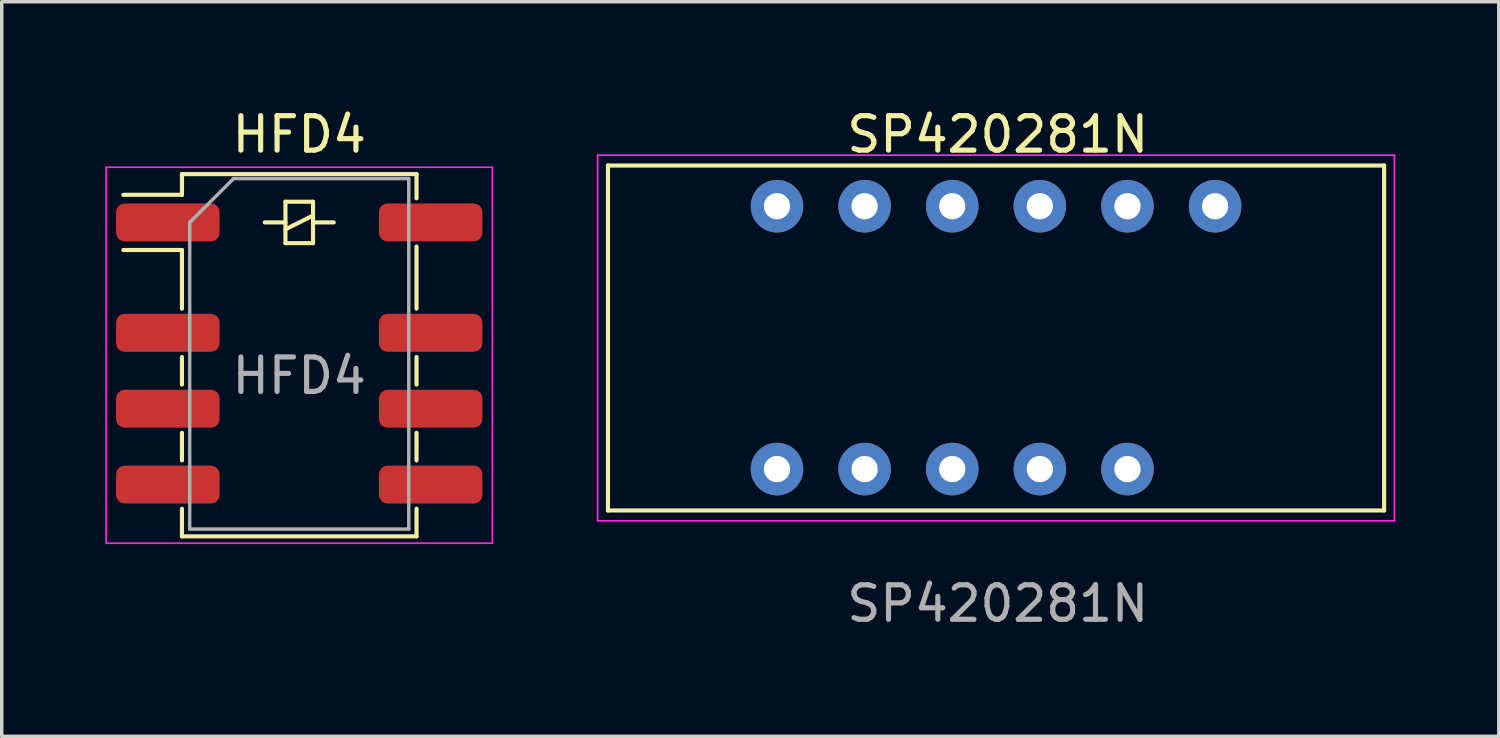
<source format=kicad_pcb>
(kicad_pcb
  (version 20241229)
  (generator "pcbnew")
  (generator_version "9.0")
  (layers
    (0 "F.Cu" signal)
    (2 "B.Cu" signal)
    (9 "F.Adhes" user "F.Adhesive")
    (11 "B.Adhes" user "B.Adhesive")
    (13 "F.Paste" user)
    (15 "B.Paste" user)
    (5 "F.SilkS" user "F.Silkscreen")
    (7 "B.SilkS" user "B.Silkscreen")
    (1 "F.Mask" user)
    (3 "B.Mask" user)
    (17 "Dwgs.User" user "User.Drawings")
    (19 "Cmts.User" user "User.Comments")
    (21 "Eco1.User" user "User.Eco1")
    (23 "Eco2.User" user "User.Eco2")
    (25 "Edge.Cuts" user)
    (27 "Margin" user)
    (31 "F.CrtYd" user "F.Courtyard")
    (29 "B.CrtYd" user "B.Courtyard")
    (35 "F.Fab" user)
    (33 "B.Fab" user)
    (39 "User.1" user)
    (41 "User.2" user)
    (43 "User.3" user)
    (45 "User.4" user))
  (footprint "HFD4"
    (layer "F.Cu")
    (at 5.625 7.798)
    (property "Reference" "HFD4" (at 0 -6.95 0) (unlocked yes) (layer "F.SilkS") (effects (font (size 1 1) (thickness 0.15))))
    (attr smd)
    (fp_line (start -5.1 -5.2) (end -3.4 -5.2) (stroke (width 0.12) (type solid)) (layer "F.SilkS"))
    (fp_line (start -3.4 -5.8) (end 3.4 -5.8) (stroke (width 0.12) (type solid)) (layer "F.SilkS"))
    (fp_line (start -3.4 -5.2) (end -3.4 -5.8) (stroke (width 0.12) (type solid)) (layer "F.SilkS"))
    (fp_line (start -3.4 -3.6) (end -5.1 -3.6) (stroke (width 0.12) (type solid)) (layer "F.SilkS"))
    (fp_line (start -3.4 -1.9) (end -3.4 -3.6) (stroke (width 0.12) (type solid)) (layer "F.SilkS"))
    (fp_line (start -3.4 -0.5) (end -3.4 0.3) (stroke (width 0.12) (type solid)) (layer "F.SilkS"))
    (fp_line (start -3.4 1.7) (end -3.4 2.5) (stroke (width 0.12) (type solid)) (layer "F.SilkS"))
    (fp_line (start -3.4 3.9) (end -3.4 4.7) (stroke (width 0.12) (type solid)) (layer "F.SilkS"))
    (fp_line (start -3.4 4.7) (end 3.4 4.7) (stroke (width 0.12) (type solid)) (layer "F.SilkS"))
    (fp_line (start -0.4 -5) (end 0.4 -5) (stroke (width 0.12) (type solid)) (layer "F.SilkS"))
    (fp_line (start -0.4 -4.4) (end -1 -4.4) (stroke (width 0.12) (type solid)) (layer "F.SilkS"))
    (fp_line (start -0.4 -4.2) (end 0.4 -4.6) (stroke (width 0.12) (type solid)) (layer "F.SilkS"))
    (fp_line (start -0.4 -3.8) (end -0.4 -5) (stroke (width 0.12) (type solid)) (layer "F.SilkS"))
    (fp_line (start 0.4 -5) (end 0.4 -3.8) (stroke (width 0.12) (type solid)) (layer "F.SilkS"))
    (fp_line (start 0.4 -4.4) (end 1 -4.4) (stroke (width 0.12) (type solid)) (layer "F.SilkS"))
    (fp_line (start 0.4 -3.8) (end -0.4 -3.8) (stroke (width 0.12) (type solid)) (layer "F.SilkS"))
    (fp_line (start 3.4 -5.8) (end 3.4 -5.1) (stroke (width 0.12) (type solid)) (layer "F.SilkS"))
    (fp_line (start 3.4 -3.7) (end 3.4 -1.9) (stroke (width 0.12) (type solid)) (layer "F.SilkS"))
    (fp_line (start 3.4 -0.5) (end 3.4 0.3) (stroke (width 0.12) (type solid)) (layer "F.SilkS"))
    (fp_line (start 3.4 1.7) (end 3.4 2.5) (stroke (width 0.12) (type solid)) (layer "F.SilkS"))
    (fp_line (start 3.4 4.7) (end 3.4 3.9) (stroke (width 0.12) (type solid)) (layer "F.SilkS"))
    (fp_line (start -5.6 -6) (end 5.6 -6) (stroke (width 0.05) (type solid)) (layer "F.CrtYd"))
    (fp_line (start -5.6 4.9) (end -5.6 -6) (stroke (width 0.05) (type solid)) (layer "F.CrtYd"))
    (fp_line (start 5.6 -6) (end 5.6 4.9) (stroke (width 0.05) (type solid)) (layer "F.CrtYd"))
    (fp_line (start 5.6 4.9) (end -5.6 4.9) (stroke (width 0.05) (type solid)) (layer "F.CrtYd"))
    (fp_line (start -3.175 -4.4) (end -1.905 -5.67) (stroke (width 0.1) (type solid)) (layer "F.Fab"))
    (fp_line (start -3.175 4.49) (end -3.175 -4.4) (stroke (width 0.1) (type solid)) (layer "F.Fab"))
    (fp_line (start -1.905 -5.67) (end 3.175 -5.67) (stroke (width 0.1) (type solid)) (layer "F.Fab"))
    (fp_line (start 3.175 -5.67) (end 3.175 4.49) (stroke (width 0.1) (type solid)) (layer "F.Fab"))
    (fp_line (start 3.175 4.49) (end -3.175 4.49) (stroke (width 0.1) (type solid)) (layer "F.Fab"))
    (fp_text user "${REFERENCE}" (at 0 0.045 0) (unlocked yes) (layer "F.Fab") (effects (font (size 1 1) (thickness 0.15))))
    (pad "1" smd roundrect (at -3.81 -4.4) (size 3 1.1) (layers "F.Cu" "F.Mask" "F.Paste") (roundrect_rratio 0.225))
    (pad "2" smd roundrect (at -3.81 -1.2) (size 3 1.1) (layers "F.Cu" "F.Mask" "F.Paste") (roundrect_rratio 0.225))
    (pad "3" smd roundrect (at -3.81 1) (size 3 1.1) (layers "F.Cu" "F.Mask" "F.Paste") (roundrect_rratio 0.225))
    (pad "4" smd roundrect (at -3.81 3.2) (size 3 1.1) (layers "F.Cu" "F.Mask" "F.Paste") (roundrect_rratio 0.225))
    (pad "5" smd roundrect (at 3.81 3.2) (size 3 1.1) (layers "F.Cu" "F.Mask" "F.Paste") (roundrect_rratio 0.225))
    (pad "6" smd roundrect (at 3.81 1) (size 3 1.1) (layers "F.Cu" "F.Mask" "F.Paste") (roundrect_rratio 0.225))
    (pad "7" smd roundrect (at 3.81 -1.2) (size 3 1.1) (layers "F.Cu" "F.Mask" "F.Paste") (roundrect_rratio 0.225))
    (pad "8" smd roundrect (at 3.81 -4.4) (size 3 1.1) (layers "F.Cu" "F.Mask" "F.Paste") (roundrect_rratio 0.225)))
  (footprint "SP420281N"
    (layer "F.Cu")
    (at 19.475 10.548)
    (property "Reference" "SP420281N" (at 6.4 -9.7 0) (unlocked yes) (layer "F.SilkS") (effects (font (size 1 1) (thickness 0.15))))
    (attr through_hole)
    (fp_line (start -4.9 -8.8) (end 17.6 -8.8) (stroke (width 0.12) (type solid)) (layer "F.SilkS"))
    (fp_line (start -4.9 1.2) (end -4.9 -8.8) (stroke (width 0.12) (type solid)) (layer "F.SilkS"))
    (fp_line (start -4.9 1.2) (end 17.6 1.2) (stroke (width 0.12) (type solid)) (layer "F.SilkS"))
    (fp_line (start 17.6 1.2) (end 17.6 -8.8) (stroke (width 0.12) (type solid)) (layer "F.SilkS"))
    (fp_line (start -5.2 -9.1) (end 17.9 -9.1) (stroke (width 0.05) (type solid)) (layer "F.CrtYd"))
    (fp_line (start -5.2 1.5) (end -5.2 -9.1) (stroke (width 0.05) (type solid)) (layer "F.CrtYd"))
    (fp_line (start 17.9 -9.1) (end 17.9 1.5) (stroke (width 0.05) (type solid)) (layer "F.CrtYd"))
    (fp_line (start 17.9 1.5) (end -5.2 1.5) (stroke (width 0.05) (type solid)) (layer "F.CrtYd"))
    (fp_text user "${REFERENCE}" (at 6.4 3.9 0) (unlocked yes) (layer "F.Fab") (effects (font (size 1 1) (thickness 0.15))))
    (pad "1" thru_hole circle (at 0 0) (size 1.524 1.524) (drill 0.762) (layers "*.Cu" "*.Mask"))
    (pad "2" thru_hole circle (at 2.54 0) (size 1.524 1.524) (drill 0.762) (layers "*.Cu" "*.Mask"))
    (pad "3" thru_hole circle (at 5.08 0) (size 1.524 1.524) (drill 0.762) (layers "*.Cu" "*.Mask"))
    (pad "4" thru_hole circle (at 7.62 0) (size 1.524 1.524) (drill 0.762) (layers "*.Cu" "*.Mask"))
    (pad "5" thru_hole circle (at 10.16 0) (size 1.524 1.524) (drill 0.762) (layers "*.Cu" "*.Mask"))
    (pad "7" thru_hole circle (at 12.7 -7.62) (size 1.524 1.524) (drill 0.762) (layers "*.Cu" "*.Mask"))
    (pad "8" thru_hole circle (at 10.16 -7.62) (size 1.524 1.524) (drill 0.762) (layers "*.Cu" "*.Mask"))
    (pad "9" thru_hole circle (at 7.62 -7.62) (size 1.524 1.524) (drill 0.762) (layers "*.Cu" "*.Mask"))
    (pad "10" thru_hole circle (at 5.08 -7.62) (size 1.524 1.524) (drill 0.762) (layers "*.Cu" "*.Mask"))
    (pad "11" thru_hole circle (at 2.54 -7.62) (size 1.524 1.524) (drill 0.762) (layers "*.Cu" "*.Mask"))
    (pad "12" thru_hole circle (at 0 -7.62) (size 1.524 1.524) (drill 0.762) (layers "*.Cu" "*.Mask")))
  (gr_rect
    (start -3 -3)
    (end 40.4 18.297)
    (stroke (width 0.1) (type default))
    (fill no)
    (layer "Edge.Cuts")))
</source>
